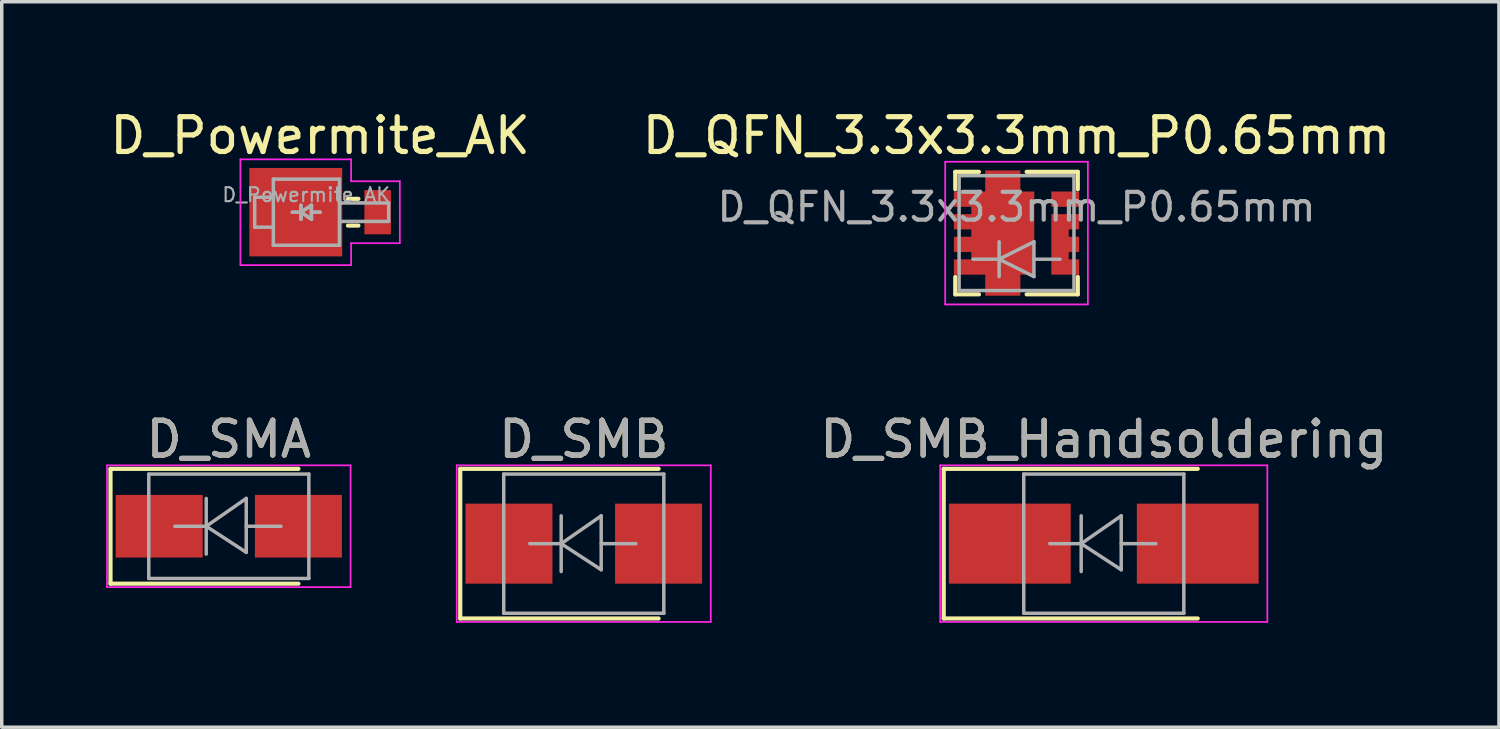
<source format=kicad_pcb>
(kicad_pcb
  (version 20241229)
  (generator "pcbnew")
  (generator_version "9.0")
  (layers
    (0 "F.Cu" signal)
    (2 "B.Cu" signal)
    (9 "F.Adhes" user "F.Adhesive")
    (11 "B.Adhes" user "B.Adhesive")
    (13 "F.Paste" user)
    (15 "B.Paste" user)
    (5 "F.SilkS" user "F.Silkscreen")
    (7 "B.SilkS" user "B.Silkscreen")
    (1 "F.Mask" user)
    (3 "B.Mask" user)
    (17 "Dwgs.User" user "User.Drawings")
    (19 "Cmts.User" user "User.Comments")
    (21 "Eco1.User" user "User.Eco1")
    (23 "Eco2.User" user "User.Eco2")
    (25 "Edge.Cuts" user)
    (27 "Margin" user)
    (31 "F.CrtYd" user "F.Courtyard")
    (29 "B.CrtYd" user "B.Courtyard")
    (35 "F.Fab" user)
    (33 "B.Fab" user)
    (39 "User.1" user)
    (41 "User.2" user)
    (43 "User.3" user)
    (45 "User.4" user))
  (footprint "D_QFN_3.3x3.3mm_P0.65mm"
    (layer "F.Cu")
    (at 26.161 3.648)
    (property "Reference" "D_QFN_3.3x3.3mm_P0.65mm" (at 0 -2.8 0) (layer "F.SilkS") (effects (font (size 1 1) (thickness 0.15))))
    (attr smd)
    (fp_line (start -1.76 -1.76) (end -1.76 -1.26) (stroke (width 0.12) (type solid)) (layer "F.SilkS"))
    (fp_line (start -1.76 -1.76) (end -1.08 -1.76) (stroke (width 0.12) (type solid)) (layer "F.SilkS"))
    (fp_line (start -1.76 1.76) (end -1.76 1.26) (stroke (width 0.12) (type solid)) (layer "F.SilkS"))
    (fp_line (start -1.76 1.76) (end -1.08 1.76) (stroke (width 0.12) (type solid)) (layer "F.SilkS"))
    (fp_line (start 0.29 -1.76) (end 1.76 -1.76) (stroke (width 0.12) (type solid)) (layer "F.SilkS"))
    (fp_line (start 0.29 1.76) (end 1.76 1.76) (stroke (width 0.12) (type solid)) (layer "F.SilkS"))
    (fp_line (start 1.76 -1.76) (end 1.76 -1.26) (stroke (width 0.12) (type solid)) (layer "F.SilkS"))
    (fp_line (start 1.76 1.76) (end 1.76 1.26) (stroke (width 0.12) (type solid)) (layer "F.SilkS"))
    (fp_line (start -2.05 -2.05) (end 2.05 -2.05) (stroke (width 0.05) (type solid)) (layer "F.CrtYd"))
    (fp_line (start -2.05 2.05) (end -2.05 -2.05) (stroke (width 0.05) (type solid)) (layer "F.CrtYd"))
    (fp_line (start -2.05 2.05) (end 2.05 2.05) (stroke (width 0.05) (type solid)) (layer "F.CrtYd"))
    (fp_line (start 2.05 2.05) (end 2.05 -2.05) (stroke (width 0.05) (type solid)) (layer "F.CrtYd"))
    (fp_line (start -1.65 -1.65) (end 1.65 -1.65) (stroke (width 0.1) (type solid)) (layer "F.Fab"))
    (fp_line (start -1.65 1.65) (end -1.65 -1.65) (stroke (width 0.1) (type solid)) (layer "F.Fab"))
    (fp_line (start -0.5 0.25) (end -0.5 1.25) (stroke (width 0.1) (type solid)) (layer "F.Fab"))
    (fp_line (start -0.5 0.75) (end -1.25 0.75) (stroke (width 0.1) (type solid)) (layer "F.Fab"))
    (fp_line (start -0.5 0.75) (end 0.5 0.25) (stroke (width 0.1) (type solid)) (layer "F.Fab"))
    (fp_line (start 0.5 0.25) (end 0.5 1.25) (stroke (width 0.1) (type solid)) (layer "F.Fab"))
    (fp_line (start 0.5 0.75) (end 1.25 0.75) (stroke (width 0.1) (type solid)) (layer "F.Fab"))
    (fp_line (start 0.5 1.25) (end -0.5 0.75) (stroke (width 0.1) (type solid)) (layer "F.Fab"))
    (fp_line (start 1.65 -1.65) (end 1.65 1.65) (stroke (width 0.1) (type solid)) (layer "F.Fab"))
    (fp_line (start 1.65 1.65) (end -1.65 1.65) (stroke (width 0.1) (type solid)) (layer "F.Fab"))
    (fp_text user "${REFERENCE}" (at 0 -0.75 0) (layer "F.Fab") (effects (font (size 0.8 0.8) (thickness 0.12))))
    (pad "" smd rect (at 1.4 -0.975) (size 0.8 0.44) (layers "F.Cu" "F.Mask" "F.Paste"))
    (pad "1" smd custom (at -0.645 0) (size 0.5 0.5) (layers "F.Cu" "F.Mask" "F.Paste") (options (anchor rect)) (primitives (gr_poly (pts (xy 1.155 -1.195) (xy 0.755 -1.195) (xy 0.755 -1.8) (xy -0.255 -1.8) (xy -0.255 -1.195) (xy -1.155 -1.195) (xy -1.155 -0.755) (xy -0.655 -0.755) (xy -0.655 -0.545) (xy -1.155 -0.545) (xy -1.155 -0.105) (xy -0.655 -0.105) (xy -0.655 0.105) (xy -1.155 0.105) (xy -1.155 0.545) (xy -0.655 0.545) (xy -0.655 0.755) (xy -1.155 0.755) (xy -1.155 1.195) (xy -0.255 1.195) (xy -0.255 1.8) (xy 0.755 1.8) (xy 0.755 1.195) (xy 1.155 1.195)) (width 0) (fill yes))))
    (pad "2" smd custom (at 1.4 0.325) (size 0.4 0.4) (layers "F.Cu" "F.Mask" "F.Paste") (options (anchor rect)) (primitives (gr_poly (pts (xy -0.4 -0.87) (xy 0.4 -0.87) (xy 0.4 -0.43) (xy 0.1 -0.43) (xy 0.1 -0.22) (xy 0.4 -0.22) (xy 0.4 0.22) (xy 0.1 0.22) (xy 0.1 0.43) (xy 0.4 0.43) (xy 0.4 0.87) (xy -0.4 0.87)) (width 0) (fill yes)))))
  (footprint "D_Powermite_AK"
    (layer "F.Cu")
    (at 6.149 3.048)
    (property "Reference" "D_Powermite_AK" (at 0 -2.2 0) (layer "F.SilkS") (effects (font (size 1 1) (thickness 0.15))))
    (attr smd)
    (fp_line (start 1.1 -0.385) (end 0.8 -0.385) (stroke (width 0.12) (type solid)) (layer "F.SilkS"))
    (fp_line (start 1.1 0.385) (end 0.8 0.385) (stroke (width 0.12) (type solid)) (layer "F.SilkS"))
    (fp_line (start -2.29 -1.52) (end -2.29 1.52) (stroke (width 0.05) (type solid)) (layer "F.CrtYd"))
    (fp_line (start -2.29 1.52) (end 0.89 1.52) (stroke (width 0.05) (type solid)) (layer "F.CrtYd"))
    (fp_line (start 0.89 -1.52) (end -2.29 -1.52) (stroke (width 0.05) (type solid)) (layer "F.CrtYd"))
    (fp_line (start 0.89 -0.89) (end 0.89 -1.52) (stroke (width 0.05) (type solid)) (layer "F.CrtYd"))
    (fp_line (start 0.89 0.89) (end 2.29 0.89) (stroke (width 0.05) (type solid)) (layer "F.CrtYd"))
    (fp_line (start 0.89 1.52) (end 0.89 0.89) (stroke (width 0.05) (type solid)) (layer "F.CrtYd"))
    (fp_line (start 2.29 -0.89) (end 0.89 -0.89) (stroke (width 0.05) (type solid)) (layer "F.CrtYd"))
    (fp_line (start 2.29 0.89) (end 2.29 -0.89) (stroke (width 0.05) (type solid)) (layer "F.CrtYd"))
    (fp_line (start -1.88 -0.43) (end -1.345 -0.43) (stroke (width 0.1) (type solid)) (layer "F.Fab"))
    (fp_line (start -1.88 0.43) (end -1.88 -0.43) (stroke (width 0.1) (type solid)) (layer "F.Fab"))
    (fp_line (start -1.345 -0.95) (end -1.345 0.95) (stroke (width 0.1) (type solid)) (layer "F.Fab"))
    (fp_line (start -1.345 0.43) (end -1.88 0.43) (stroke (width 0.1) (type solid)) (layer "F.Fab"))
    (fp_line (start -1.345 0.95) (end 0.555 0.95) (stroke (width 0.1) (type solid)) (layer "F.Fab"))
    (fp_line (start -0.55 0) (end -0.8 0) (stroke (width 0.1) (type solid)) (layer "F.Fab"))
    (fp_line (start -0.55 0) (end -0.8 0) (stroke (width 0.1) (type solid)) (layer "F.Fab"))
    (fp_line (start -0.55 0) (end -0.25 0.2) (stroke (width 0.1) (type solid)) (layer "F.Fab"))
    (fp_line (start -0.55 0) (end -0.25 0.2) (stroke (width 0.1) (type solid)) (layer "F.Fab"))
    (fp_line (start -0.55 0.2) (end -0.55 -0.2) (stroke (width 0.1) (type solid)) (layer "F.Fab"))
    (fp_line (start -0.55 0.2) (end -0.55 -0.2) (stroke (width 0.1) (type solid)) (layer "F.Fab"))
    (fp_line (start -0.25 -0.2) (end -0.55 0) (stroke (width 0.1) (type solid)) (layer "F.Fab"))
    (fp_line (start -0.25 -0.2) (end -0.55 0) (stroke (width 0.1) (type solid)) (layer "F.Fab"))
    (fp_line (start -0.25 0) (end 0 0) (stroke (width 0.1) (type solid)) (layer "F.Fab"))
    (fp_line (start -0.25 0) (end 0 0) (stroke (width 0.1) (type solid)) (layer "F.Fab"))
    (fp_line (start -0.25 0.2) (end -0.25 -0.2) (stroke (width 0.1) (type solid)) (layer "F.Fab"))
    (fp_line (start -0.25 0.2) (end -0.25 -0.2) (stroke (width 0.1) (type solid)) (layer "F.Fab"))
    (fp_line (start 0.555 -0.95) (end -1.345 -0.95) (stroke (width 0.1) (type solid)) (layer "F.Fab"))
    (fp_line (start 0.555 0.95) (end 0.555 -0.95) (stroke (width 0.1) (type solid)) (layer "F.Fab"))
    (fp_line (start 1.97 -0.265) (end 0.555 -0.265) (stroke (width 0.1) (type solid)) (layer "F.Fab"))
    (fp_line (start 1.97 0.265) (end 0.555 0.265) (stroke (width 0.1) (type solid)) (layer "F.Fab"))
    (fp_line (start 1.97 0.265) (end 1.97 -0.265) (stroke (width 0.1) (type solid)) (layer "F.Fab"))
    (fp_text user "${REFERENCE}" (at -0.4 -0.5 0) (layer "F.Fab") (effects (font (size 0.4 0.4) (thickness 0.06))))
    (pad "1" smd rect (at -0.699 0) (size 2.67 2.54) (layers "F.Cu" "F.Mask" "F.Paste"))
    (pad "2" smd rect (at 1.653 0) (size 0.762 1.27) (layers "F.Cu" "F.Mask" "F.Paste")))
  (footprint "D_SMB_Handsoldering"
    (layer "F.Cu")
    (at 28.668 12.572)
    (property "Reference" "D_SMB_Handsoldering" (at 0 -3 0) (layer "F.SilkS") (effects (font (size 1 1) (thickness 0.15))))
    (attr smd)
    (fp_line (start -4.6 -2.15) (end -4.6 2.15) (stroke (width 0.12) (type solid)) (layer "F.SilkS"))
    (fp_line (start -4.6 -2.15) (end 2.7 -2.15) (stroke (width 0.12) (type solid)) (layer "F.SilkS"))
    (fp_line (start -4.6 2.15) (end 2.7 2.15) (stroke (width 0.12) (type solid)) (layer "F.SilkS"))
    (fp_line (start -4.7 -2.25) (end 4.7 -2.25) (stroke (width 0.05) (type solid)) (layer "F.CrtYd"))
    (fp_line (start -4.7 2.25) (end -4.7 -2.25) (stroke (width 0.05) (type solid)) (layer "F.CrtYd"))
    (fp_line (start 4.7 -2.25) (end 4.7 2.25) (stroke (width 0.05) (type solid)) (layer "F.CrtYd"))
    (fp_line (start 4.7 2.25) (end -4.7 2.25) (stroke (width 0.05) (type solid)) (layer "F.CrtYd"))
    (fp_line (start -2.3 2) (end -2.3 -2) (stroke (width 0.1) (type solid)) (layer "F.Fab"))
    (fp_line (start -0.649 -0.799) (end -0.649 0.801) (stroke (width 0.1) (type solid)) (layer "F.Fab"))
    (fp_line (start -0.649 0.001) (end -1.551 0.001) (stroke (width 0.1) (type solid)) (layer "F.Fab"))
    (fp_line (start -0.649 0.001) (end 0.501 -0.799) (stroke (width 0.1) (type solid)) (layer "F.Fab"))
    (fp_line (start -0.649 0.001) (end 0.501 0.75) (stroke (width 0.1) (type solid)) (layer "F.Fab"))
    (fp_line (start 0.501 0.001) (end 1.499 0.001) (stroke (width 0.1) (type solid)) (layer "F.Fab"))
    (fp_line (start 0.501 0.75) (end 0.501 -0.799) (stroke (width 0.1) (type solid)) (layer "F.Fab"))
    (fp_line (start 2.3 -2) (end -2.3 -2) (stroke (width 0.1) (type solid)) (layer "F.Fab"))
    (fp_line (start 2.3 -2) (end 2.3 2) (stroke (width 0.1) (type solid)) (layer "F.Fab"))
    (fp_line (start 2.3 2) (end -2.3 2) (stroke (width 0.1) (type solid)) (layer "F.Fab"))
    (fp_text user "${REFERENCE}" (at 0 -3 0) (layer "F.Fab") (effects (font (size 1 1) (thickness 0.15))))
    (pad "1" smd rect (at -2.7 0) (size 3.5 2.3) (layers "F.Cu" "F.Mask" "F.Paste"))
    (pad "2" smd rect (at 2.7 0) (size 3.5 2.3) (layers "F.Cu" "F.Mask" "F.Paste")))
  (footprint "D_SMA"
    (layer "F.Cu")
    (at 3.525 12.072)
    (property "Reference" "D_SMA" (at 0 -2.5 0) (layer "F.SilkS") (effects (font (size 1 1) (thickness 0.15))))
    (attr smd)
    (fp_line (start -3.4 -1.65) (end -3.4 1.65) (stroke (width 0.12) (type solid)) (layer "F.SilkS"))
    (fp_line (start -3.4 -1.65) (end 2 -1.65) (stroke (width 0.12) (type solid)) (layer "F.SilkS"))
    (fp_line (start -3.4 1.65) (end 2 1.65) (stroke (width 0.12) (type solid)) (layer "F.SilkS"))
    (fp_line (start -3.5 -1.75) (end 3.5 -1.75) (stroke (width 0.05) (type solid)) (layer "F.CrtYd"))
    (fp_line (start -3.5 1.75) (end -3.5 -1.75) (stroke (width 0.05) (type solid)) (layer "F.CrtYd"))
    (fp_line (start 3.5 -1.75) (end 3.5 1.75) (stroke (width 0.05) (type solid)) (layer "F.CrtYd"))
    (fp_line (start 3.5 1.75) (end -3.5 1.75) (stroke (width 0.05) (type solid)) (layer "F.CrtYd"))
    (fp_line (start -2.3 1.5) (end -2.3 -1.5) (stroke (width 0.1) (type solid)) (layer "F.Fab"))
    (fp_line (start -0.649 -0.799) (end -0.649 0.801) (stroke (width 0.1) (type solid)) (layer "F.Fab"))
    (fp_line (start -0.649 0.001) (end -1.551 0.001) (stroke (width 0.1) (type solid)) (layer "F.Fab"))
    (fp_line (start -0.649 0.001) (end 0.501 -0.799) (stroke (width 0.1) (type solid)) (layer "F.Fab"))
    (fp_line (start -0.649 0.001) (end 0.501 0.75) (stroke (width 0.1) (type solid)) (layer "F.Fab"))
    (fp_line (start 0.501 0.001) (end 1.499 0.001) (stroke (width 0.1) (type solid)) (layer "F.Fab"))
    (fp_line (start 0.501 0.75) (end 0.501 -0.799) (stroke (width 0.1) (type solid)) (layer "F.Fab"))
    (fp_line (start 2.3 -1.5) (end -2.3 -1.5) (stroke (width 0.1) (type solid)) (layer "F.Fab"))
    (fp_line (start 2.3 -1.5) (end 2.3 1.5) (stroke (width 0.1) (type solid)) (layer "F.Fab"))
    (fp_line (start 2.3 1.5) (end -2.3 1.5) (stroke (width 0.1) (type solid)) (layer "F.Fab"))
    (fp_text user "${REFERENCE}" (at 0 -2.5 0) (layer "F.Fab") (effects (font (size 1 1) (thickness 0.15))))
    (pad "1" smd rect (at -2 0) (size 2.5 1.8) (layers "F.Cu" "F.Mask" "F.Paste"))
    (pad "2" smd rect (at 2 0) (size 2.5 1.8) (layers "F.Cu" "F.Mask" "F.Paste")))
  (footprint "D_SMB"
    (layer "F.Cu")
    (at 13.725 12.572)
    (property "Reference" "D_SMB" (at 0 -3 0) (layer "F.SilkS") (effects (font (size 1 1) (thickness 0.15))))
    (attr smd)
    (fp_line (start -3.55 -2.15) (end -3.55 2.15) (stroke (width 0.12) (type solid)) (layer "F.SilkS"))
    (fp_line (start -3.55 -2.15) (end 2.15 -2.15) (stroke (width 0.12) (type solid)) (layer "F.SilkS"))
    (fp_line (start -3.55 2.15) (end 2.15 2.15) (stroke (width 0.12) (type solid)) (layer "F.SilkS"))
    (fp_line (start -3.65 -2.25) (end 3.65 -2.25) (stroke (width 0.05) (type solid)) (layer "F.CrtYd"))
    (fp_line (start -3.65 2.25) (end -3.65 -2.25) (stroke (width 0.05) (type solid)) (layer "F.CrtYd"))
    (fp_line (start 3.65 -2.25) (end 3.65 2.25) (stroke (width 0.05) (type solid)) (layer "F.CrtYd"))
    (fp_line (start 3.65 2.25) (end -3.65 2.25) (stroke (width 0.05) (type solid)) (layer "F.CrtYd"))
    (fp_line (start -2.3 2) (end -2.3 -2) (stroke (width 0.1) (type solid)) (layer "F.Fab"))
    (fp_line (start -0.649 -0.799) (end -0.649 0.801) (stroke (width 0.1) (type solid)) (layer "F.Fab"))
    (fp_line (start -0.649 0.001) (end -1.551 0.001) (stroke (width 0.1) (type solid)) (layer "F.Fab"))
    (fp_line (start -0.649 0.001) (end 0.501 -0.799) (stroke (width 0.1) (type solid)) (layer "F.Fab"))
    (fp_line (start -0.649 0.001) (end 0.501 0.75) (stroke (width 0.1) (type solid)) (layer "F.Fab"))
    (fp_line (start 0.501 0.001) (end 1.499 0.001) (stroke (width 0.1) (type solid)) (layer "F.Fab"))
    (fp_line (start 0.501 0.75) (end 0.501 -0.799) (stroke (width 0.1) (type solid)) (layer "F.Fab"))
    (fp_line (start 2.3 -2) (end -2.3 -2) (stroke (width 0.1) (type solid)) (layer "F.Fab"))
    (fp_line (start 2.3 -2) (end 2.3 2) (stroke (width 0.1) (type solid)) (layer "F.Fab"))
    (fp_line (start 2.3 2) (end -2.3 2) (stroke (width 0.1) (type solid)) (layer "F.Fab"))
    (fp_text user "${REFERENCE}" (at 0 -3 0) (layer "F.Fab") (effects (font (size 1 1) (thickness 0.15))))
    (pad "1" smd rect (at -2.15 0) (size 2.5 2.3) (layers "F.Cu" "F.Mask" "F.Paste"))
    (pad "2" smd rect (at 2.15 0) (size 2.5 2.3) (layers "F.Cu" "F.Mask" "F.Paste")))
  (gr_rect
    (start -3 -3)
    (end 40.024 17.846)
    (stroke (width 0.1) (type default))
    (fill no)
    (layer "Edge.Cuts")))
</source>
